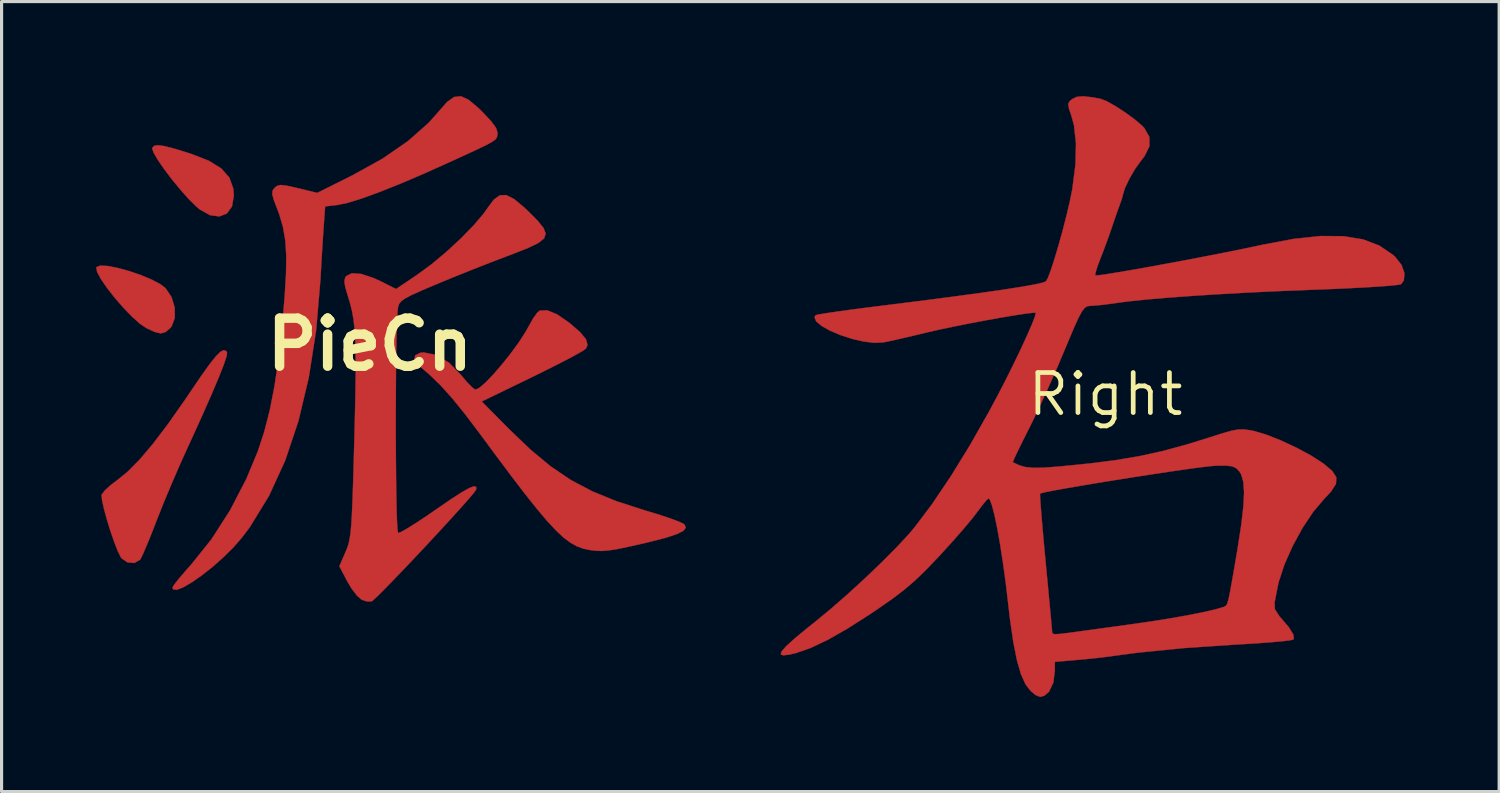
<source format=kicad_pcb>
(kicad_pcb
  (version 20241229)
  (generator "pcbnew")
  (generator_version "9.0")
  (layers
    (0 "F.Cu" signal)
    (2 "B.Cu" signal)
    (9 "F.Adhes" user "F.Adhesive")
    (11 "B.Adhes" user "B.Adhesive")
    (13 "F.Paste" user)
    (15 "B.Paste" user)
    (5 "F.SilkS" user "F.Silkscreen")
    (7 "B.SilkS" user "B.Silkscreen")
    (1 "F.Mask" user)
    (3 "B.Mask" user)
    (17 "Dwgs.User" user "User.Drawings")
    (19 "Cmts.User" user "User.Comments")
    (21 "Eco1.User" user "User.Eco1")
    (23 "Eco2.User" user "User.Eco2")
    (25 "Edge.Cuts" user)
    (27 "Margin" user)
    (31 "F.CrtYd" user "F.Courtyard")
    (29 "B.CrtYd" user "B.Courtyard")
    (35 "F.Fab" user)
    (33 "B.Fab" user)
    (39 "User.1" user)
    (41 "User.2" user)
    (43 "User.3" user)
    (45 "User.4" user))
  (footprint "PieCn"
    (layer "F.Cu")
    (at 8.689 7.881)
    (property "Reference" "PieCn" (at 0 0 0) (layer "F.SilkS") (effects (font (size 1.524 1.524) (thickness 0.3))))
    (attr through_hole)
    (fp_poly (pts (xy -6.532 -6.297) (xy -6.225 -6.219) (xy -5.787 -6.084) (xy -5.656 -6.042) (xy -5.106 -5.827) (xy -4.712 -5.581) (xy -4.459 -5.292) (xy -4.336 -4.948) (xy -4.318 -4.722) (xy -4.377 -4.38) (xy -4.538 -4.157) (xy -4.778 -4.063) (xy -5.072 -4.102) (xy -5.397 -4.282) (xy -5.505 -4.372) (xy -5.747 -4.611) (xy -6.011 -4.908) (xy -6.278 -5.232) (xy -6.523 -5.555) (xy -6.725 -5.847) (xy -6.861 -6.078) (xy -6.911 -6.219) (xy -6.908 -6.234) (xy -6.851 -6.301) (xy -6.734 -6.323) (xy -6.532 -6.297)) (stroke (width 0.01) (type solid)) (fill yes) (layer "F.Cu"))
    (fp_poly (pts (xy -8.319 -2.49) (xy -8 -2.428) (xy -7.637 -2.328) (xy -7.265 -2.2) (xy -6.922 -2.057) (xy -6.644 -1.909) (xy -6.483 -1.784) (xy -6.293 -1.5) (xy -6.195 -1.168) (xy -6.192 -0.842) (xy -6.292 -0.575) (xy -6.34 -0.518) (xy -6.492 -0.391) (xy -6.638 -0.351) (xy -6.831 -0.398) (xy -7.091 -0.517) (xy -7.3 -0.658) (xy -7.552 -0.884) (xy -7.825 -1.167) (xy -8.095 -1.478) (xy -8.34 -1.79) (xy -8.535 -2.073) (xy -8.657 -2.3) (xy -8.684 -2.443) (xy -8.679 -2.454) (xy -8.558 -2.502) (xy -8.319 -2.49)) (stroke (width 0.01) (type solid)) (fill yes) (layer "F.Cu"))
    (fp_poly (pts (xy -4.564 0.209) (xy -4.534 0.248) (xy -4.546 0.363) (xy -4.632 0.625) (xy -4.79 1.027) (xy -5.017 1.565) (xy -5.312 2.232) (xy -5.671 3.024) (xy -5.8 3.302) (xy -6.042 3.84) (xy -6.301 4.438) (xy -6.548 5.029) (xy -6.754 5.547) (xy -6.784 5.624) (xy -6.943 6.033) (xy -7.089 6.389) (xy -7.206 6.66) (xy -7.282 6.814) (xy -7.294 6.831) (xy -7.474 6.933) (xy -7.693 6.916) (xy -7.879 6.788) (xy -7.905 6.752) (xy -8.003 6.554) (xy -8.118 6.258) (xy -8.239 5.907) (xy -8.351 5.542) (xy -8.443 5.204) (xy -8.502 4.935) (xy -8.515 4.776) (xy -8.512 4.764) (xy -8.417 4.637) (xy -8.226 4.462) (xy -8.035 4.318) (xy -7.687 4.036) (xy -7.306 3.651) (xy -6.883 3.15) (xy -6.407 2.523) (xy -5.87 1.758) (xy -5.697 1.503) (xy -5.356 1.001) (xy -5.092 0.631) (xy -4.892 0.38) (xy -4.746 0.234) (xy -4.64 0.181) (xy -4.564 0.209)) (stroke (width 0.01) (type solid)) (fill yes) (layer "F.Cu"))
    (fp_poly (pts (xy 5.931 -0.96) (xy 6.319 -0.694) (xy 6.339 -0.678) (xy 6.669 -0.392) (xy 6.855 -0.166) (xy 6.906 0.013) (xy 6.853 0.133) (xy 6.749 0.205) (xy 6.517 0.337) (xy 6.18 0.516) (xy 5.763 0.729) (xy 5.29 0.964) (xy 5.15 1.032) (xy 3.548 1.809) (xy 4.42 2.69) (xy 5.098 3.34) (xy 5.735 3.868) (xy 6.373 4.3) (xy 7.053 4.66) (xy 7.815 4.971) (xy 8.701 5.258) (xy 8.805 5.289) (xy 9.213 5.413) (xy 9.566 5.532) (xy 9.831 5.633) (xy 9.972 5.704) (xy 9.979 5.71) (xy 10.025 5.811) (xy 9.949 5.912) (xy 9.739 6.018) (xy 9.385 6.134) (xy 8.876 6.265) (xy 8.763 6.292) (xy 8.253 6.408) (xy 7.874 6.488) (xy 7.59 6.534) (xy 7.369 6.553) (xy 7.176 6.547) (xy 6.981 6.523) (xy 6.774 6.48) (xy 6.574 6.408) (xy 6.371 6.296) (xy 6.153 6.134) (xy 5.911 5.909) (xy 5.632 5.611) (xy 5.308 5.228) (xy 4.926 4.749) (xy 4.477 4.162) (xy 3.95 3.457) (xy 3.487 2.83) (xy 3.02 2.212) (xy 2.614 1.711) (xy 2.245 1.3) (xy 1.886 0.952) (xy 1.541 0.659) (xy 1.41 0.49) (xy 1.435 0.347) (xy 1.6 0.263) (xy 1.711 0.254) (xy 2.119 0.336) (xy 2.518 0.584) (xy 2.897 0.978) (xy 3.091 1.206) (xy 3.253 1.37) (xy 3.347 1.435) (xy 3.348 1.435) (xy 3.476 1.374) (xy 3.677 1.199) (xy 3.925 0.94) (xy 4.199 0.623) (xy 4.475 0.276) (xy 4.729 -0.073) (xy 4.938 -0.397) (xy 5.038 -0.577) (xy 5.179 -0.827) (xy 5.31 -1.009) (xy 5.384 -1.073) (xy 5.622 -1.085) (xy 5.931 -0.96)) (stroke (width 0.01) (type solid)) (fill yes) (layer "F.Cu"))
    (fp_poly (pts (xy 3.135 -7.762) (xy 3.435 -7.511) (xy 3.576 -7.373) (xy 3.849 -7.082) (xy 4.003 -6.87) (xy 4.052 -6.714) (xy 4.05 -6.683) (xy 4.039 -6.61) (xy 4.019 -6.551) (xy 3.968 -6.493) (xy 3.866 -6.423) (xy 3.693 -6.33) (xy 3.428 -6.203) (xy 3.051 -6.027) (xy 2.54 -5.793) (xy 2.54 -5.793) (xy 1.718 -5.423) (xy 0.966 -5.102) (xy 0.3 -4.836) (xy -0.264 -4.631) (xy -0.71 -4.493) (xy -1.012 -4.43) (xy -1.421 -4.381) (xy -1.471 -3.693) (xy -1.497 -3.3) (xy -1.527 -2.815) (xy -1.556 -2.316) (xy -1.569 -2.074) (xy -1.706 -0.455) (xy -1.94 1.047) (xy -2.268 2.427) (xy -2.688 3.68) (xy -3.201 4.8) (xy -3.803 5.783) (xy -4.063 6.129) (xy -4.337 6.443) (xy -4.654 6.757) (xy -4.992 7.056) (xy -5.33 7.323) (xy -5.645 7.544) (xy -5.917 7.703) (xy -6.124 7.784) (xy -6.244 7.772) (xy -6.265 7.713) (xy -6.212 7.623) (xy -6.067 7.438) (xy -5.854 7.189) (xy -5.674 6.986) (xy -5.034 6.189) (xy -4.441 5.267) (xy -3.921 4.265) (xy -3.56 3.398) (xy -3.355 2.774) (xy -3.179 2.089) (xy -3.028 1.321) (xy -2.9 0.448) (xy -2.789 -0.552) (xy -2.706 -1.522) (xy -2.663 -2.235) (xy -2.655 -2.817) (xy -2.686 -3.302) (xy -2.759 -3.728) (xy -2.876 -4.128) (xy -2.942 -4.303) (xy -3.053 -4.593) (xy -3.1 -4.771) (xy -3.09 -4.881) (xy -3.028 -4.967) (xy -3.023 -4.972) (xy -2.939 -5.038) (xy -2.83 -5.061) (xy -2.653 -5.041) (xy -2.366 -4.978) (xy -2.281 -4.958) (xy -1.672 -4.81) (xy -0.561 -5.365) (xy 0.397 -5.895) (xy 1.21 -6.455) (xy 1.868 -7.038) (xy 2.193 -7.405) (xy 2.45 -7.697) (xy 2.673 -7.854) (xy 2.891 -7.876) (xy 3.135 -7.762)) (stroke (width 0.01) (type solid)) (fill yes) (layer "F.Cu"))
    (fp_poly (pts (xy 4.572 -4.617) (xy 4.883 -4.359) (xy 5.042 -4.209) (xy 5.326 -3.922) (xy 5.508 -3.698) (xy 5.578 -3.519) (xy 5.527 -3.366) (xy 5.346 -3.221) (xy 5.026 -3.066) (xy 4.558 -2.881) (xy 4.354 -2.804) (xy 3.837 -2.607) (xy 3.239 -2.372) (xy 2.634 -2.129) (xy 2.097 -1.907) (xy 1.647 -1.716) (xy 1.329 -1.573) (xy 1.12 -1.464) (xy 0.993 -1.373) (xy 0.926 -1.285) (xy 0.894 -1.185) (xy 0.888 -1.153) (xy 0.871 -0.976) (xy 0.856 -0.663) (xy 0.844 -0.236) (xy 0.834 0.283) (xy 0.827 0.873) (xy 0.823 1.513) (xy 0.821 2.181) (xy 0.821 2.857) (xy 0.824 3.517) (xy 0.829 4.142) (xy 0.836 4.709) (xy 0.846 5.198) (xy 0.858 5.587) (xy 0.873 5.854) (xy 0.89 5.978) (xy 0.894 5.984) (xy 0.991 5.948) (xy 1.199 5.83) (xy 1.494 5.644) (xy 1.849 5.408) (xy 2.077 5.251) (xy 2.553 4.923) (xy 2.908 4.693) (xy 3.155 4.554) (xy 3.305 4.499) (xy 3.372 4.522) (xy 3.372 4.604) (xy 3.308 4.696) (xy 3.145 4.889) (xy 2.901 5.165) (xy 2.594 5.504) (xy 2.243 5.887) (xy 1.867 6.293) (xy 1.482 6.703) (xy 1.109 7.097) (xy 0.764 7.457) (xy 0.467 7.761) (xy 0.236 7.992) (xy 0.088 8.128) (xy 0.049 8.156) (xy -0.104 8.153) (xy -0.263 8.099) (xy -0.409 7.973) (xy -0.582 7.746) (xy -0.718 7.519) (xy -0.97 7.038) (xy -0.775 6.588) (xy -0.723 6.462) (xy -0.68 6.332) (xy -0.646 6.18) (xy -0.617 5.988) (xy -0.593 5.735) (xy -0.573 5.404) (xy -0.554 4.974) (xy -0.535 4.427) (xy -0.515 3.745) (xy -0.498 3.133) (xy -0.475 2.212) (xy -0.459 1.442) (xy -0.452 0.804) (xy -0.454 0.278) (xy -0.466 -0.152) (xy -0.488 -0.507) (xy -0.523 -0.805) (xy -0.569 -1.065) (xy -0.629 -1.305) (xy -0.69 -1.506) (xy -0.78 -1.809) (xy -0.811 -1.999) (xy -0.787 -2.119) (xy -0.753 -2.17) (xy -0.571 -2.26) (xy -0.276 -2.239) (xy 0.117 -2.108) (xy 0.385 -1.984) (xy 0.828 -1.76) (xy 1.493 -2.207) (xy 1.948 -2.54) (xy 2.424 -2.937) (xy 2.885 -3.363) (xy 3.294 -3.783) (xy 3.616 -4.164) (xy 3.736 -4.334) (xy 3.932 -4.597) (xy 4.121 -4.733) (xy 4.326 -4.74) (xy 4.572 -4.617)) (stroke (width 0.01) (type solid)) (fill yes) (layer "F.Cu")))
  (footprint "Right"
    (layer "F.Cu")
    (at 32.033 9.462)
    (property "Reference" "Right" (at 0 0 0) (layer "F.SilkS") (effects (font (size 1.27 1.27) (thickness 0.15))))
    (attr through_hole)
    (fp_poly (pts (xy -0.413 -9.424) (xy -0.157 -9.376) (xy 0.039 -9.299) (xy 0.316 -9.143) (xy 0.625 -8.942) (xy 0.92 -8.727) (xy 1.153 -8.53) (xy 1.229 -8.45) (xy 1.39 -8.166) (xy 1.393 -7.873) (xy 1.236 -7.555) (xy 1.139 -7.431) (xy 0.941 -7.158) (xy 0.754 -6.839) (xy 0.614 -6.539) (xy 0.563 -6.374) (xy 0.509 -6.178) (xy 0.449 -6.011) (xy 0.376 -5.812) (xy 0.277 -5.527) (xy 0.213 -5.334) (xy 0.094 -4.99) (xy -0.052 -4.595) (xy -0.152 -4.338) (xy -0.254 -4.067) (xy -0.318 -3.863) (xy -0.329 -3.772) (xy -0.328 -3.772) (xy -0.237 -3.775) (xy -0.002 -3.807) (xy 0.353 -3.864) (xy 0.806 -3.941) (xy 1.333 -4.034) (xy 1.911 -4.14) (xy 2.518 -4.253) (xy 3.131 -4.37) (xy 3.727 -4.486) (xy 4.282 -4.598) (xy 4.774 -4.701) (xy 4.995 -4.748) (xy 5.974 -4.932) (xy 6.821 -5.022) (xy 7.549 -5.017) (xy 8.169 -4.916) (xy 8.69 -4.718) (xy 9.125 -4.421) (xy 9.187 -4.365) (xy 9.389 -4.11) (xy 9.485 -3.845) (xy 9.466 -3.615) (xy 9.377 -3.494) (xy 9.269 -3.471) (xy 9.013 -3.445) (xy 8.63 -3.416) (xy 8.14 -3.387) (xy 7.564 -3.357) (xy 6.924 -3.33) (xy 6.519 -3.315) (xy 5.533 -3.276) (xy 4.559 -3.23) (xy 3.621 -3.178) (xy 2.742 -3.122) (xy 1.946 -3.064) (xy 1.257 -3.004) (xy 0.699 -2.945) (xy 0.425 -2.909) (xy 0.052 -2.857) (xy -0.223 -2.825) (xy -0.465 -2.807) (xy -0.51 -2.805) (xy -0.592 -2.789) (xy -0.669 -2.735) (xy -0.753 -2.624) (xy -0.856 -2.432) (xy -0.99 -2.14) (xy -1.166 -1.725) (xy -1.312 -1.376) (xy -1.549 -0.817) (xy -1.814 -0.218) (xy -2.082 0.366) (xy -2.326 0.878) (xy -2.432 1.092) (xy -2.623 1.471) (xy -2.781 1.792) (xy -2.892 2.025) (xy -2.942 2.145) (xy -2.944 2.154) (xy -2.746 2.25) (xy -2.543 2.309) (xy -2.296 2.333) (xy -1.966 2.328) (xy -1.514 2.295) (xy -1.407 2.285) (xy -0.457 2.19) (xy 0.368 2.083) (xy 1.114 1.955) (xy 1.827 1.797) (xy 2.552 1.6) (xy 3.279 1.375) (xy 3.691 1.243) (xy 3.984 1.159) (xy 4.201 1.118) (xy 4.383 1.113) (xy 4.572 1.138) (xy 4.707 1.165) (xy 5.095 1.279) (xy 5.564 1.464) (xy 6.06 1.696) (xy 6.525 1.946) (xy 6.905 2.191) (xy 6.922 2.203) (xy 7.194 2.434) (xy 7.324 2.637) (xy 7.311 2.844) (xy 7.156 3.086) (xy 6.931 3.326) (xy 6.591 3.727) (xy 6.249 4.242) (xy 5.935 4.818) (xy 5.674 5.405) (xy 5.496 5.948) (xy 5.462 6.101) (xy 5.409 6.374) (xy 5.362 6.612) (xy 5.374 6.823) (xy 5.516 7.042) (xy 5.548 7.078) (xy 5.814 7.389) (xy 5.958 7.621) (xy 5.975 7.763) (xy 5.96 7.782) (xy 5.857 7.806) (xy 5.61 7.836) (xy 5.245 7.869) (xy 4.788 7.903) (xy 4.266 7.935) (xy 4.062 7.947) (xy 2.49 8.053) (xy 1.017 8.2) (xy -0.085 8.346) (xy -0.271 8.368) (xy -0.566 8.398) (xy -0.91 8.43) (xy -0.953 8.434) (xy -1.609 8.491) (xy -1.609 8.77) (xy -1.658 9.151) (xy -1.794 9.437) (xy -1.94 9.564) (xy -2.076 9.603) (xy -2.219 9.545) (xy -2.371 9.421) (xy -2.537 9.21) (xy -2.683 8.888) (xy -2.812 8.442) (xy -2.928 7.86) (xy -3.034 7.128) (xy -3.09 6.646) (xy -3.168 5.984) (xy -3.255 5.35) (xy -3.346 4.765) (xy -3.438 4.25) (xy -3.526 3.827) (xy -3.607 3.516) (xy -3.676 3.338) (xy -3.713 3.304) (xy -3.787 3.369) (xy -3.925 3.537) (xy -4.083 3.749) (xy -4.254 3.97) (xy -4.513 4.278) (xy -4.828 4.639) (xy -5.171 5.017) (xy -5.31 5.167) (xy -5.701 5.576) (xy -6.046 5.909) (xy -6.389 6.203) (xy -6.773 6.495) (xy -7.243 6.822) (xy -7.461 6.969) (xy -8.191 7.436) (xy -8.818 7.793) (xy -9.358 8.049) (xy -9.83 8.213) (xy -10.053 8.264) (xy -10.231 8.283) (xy -10.308 8.25) (xy -10.278 8.155) (xy -10.133 7.992) (xy -9.868 7.751) (xy -9.475 7.426) (xy -9.186 7.195) (xy -8.695 6.79) (xy -8.165 6.326) (xy -7.626 5.831) (xy -7.109 5.336) (xy -6.643 4.868) (xy -6.26 4.457) (xy -6.069 4.233) (xy -5.508 3.489) (xy -5.28 3.151) (xy -2.078 3.151) (xy -2.078 3.239) (xy -2.063 3.473) (xy -2.036 3.831) (xy -1.997 4.289) (xy -1.949 4.824) (xy -1.901 5.336) (xy -1.845 5.923) (xy -1.795 6.455) (xy -1.752 6.907) (xy -1.72 7.257) (xy -1.7 7.481) (xy -1.694 7.556) (xy -1.678 7.596) (xy -1.611 7.612) (xy -1.461 7.605) (xy -1.197 7.574) (xy -0.931 7.539) (xy -0.648 7.499) (xy -0.243 7.444) (xy 0.236 7.378) (xy 0.743 7.308) (xy 0.931 7.282) (xy 1.545 7.192) (xy 2.134 7.097) (xy 2.671 7) (xy 3.134 6.907) (xy 3.496 6.823) (xy 3.735 6.753) (xy 3.82 6.71) (xy 3.848 6.67) (xy 3.876 6.597) (xy 3.909 6.47) (xy 3.951 6.267) (xy 4.006 5.965) (xy 4.079 5.544) (xy 4.175 4.981) (xy 4.194 4.868) (xy 4.306 4.141) (xy 4.373 3.561) (xy 4.395 3.112) (xy 4.372 2.778) (xy 4.304 2.544) (xy 4.243 2.446) (xy 4.14 2.342) (xy 4.014 2.285) (xy 3.816 2.263) (xy 3.5 2.266) (xy 3.482 2.267) (xy 3.293 2.283) (xy 2.975 2.322) (xy 2.553 2.379) (xy 2.051 2.452) (xy 1.493 2.536) (xy 0.904 2.627) (xy 0.307 2.722) (xy -0.272 2.816) (xy -0.811 2.906) (xy -1.284 2.988) (xy -1.668 3.057) (xy -1.938 3.112) (xy -2.07 3.146) (xy -2.078 3.151) (xy -5.28 3.151) (xy -4.915 2.609) (xy -4.306 1.62) (xy -3.698 0.549) (xy -3.382 -0.042) (xy -3.132 -0.529) (xy -2.892 -1.015) (xy -2.671 -1.476) (xy -2.483 -1.886) (xy -2.336 -2.223) (xy -2.243 -2.462) (xy -2.215 -2.579) (xy -2.218 -2.585) (xy -2.314 -2.586) (xy -2.547 -2.558) (xy -2.889 -2.506) (xy -3.311 -2.435) (xy -3.785 -2.35) (xy -4.283 -2.256) (xy -4.775 -2.158) (xy -5.233 -2.062) (xy -5.629 -1.973) (xy -5.715 -1.952) (xy -6.14 -1.85) (xy -6.536 -1.758) (xy -6.855 -1.687) (xy -7.046 -1.647) (xy -7.337 -1.633) (xy -7.681 -1.675) (xy -8.049 -1.761) (xy -8.412 -1.879) (xy -8.741 -2.018) (xy -9.008 -2.167) (xy -9.183 -2.313) (xy -9.237 -2.445) (xy -9.203 -2.509) (xy -9.109 -2.533) (xy -8.871 -2.572) (xy -8.513 -2.625) (xy -8.058 -2.688) (xy -7.532 -2.756) (xy -7.182 -2.8) (xy -5.945 -2.955) (xy -4.875 -3.094) (xy -3.971 -3.216) (xy -3.231 -3.322) (xy -2.654 -3.413) (xy -2.238 -3.487) (xy -1.983 -3.546) (xy -1.89 -3.585) (xy -1.822 -3.711) (xy -1.726 -3.97) (xy -1.61 -4.329) (xy -1.484 -4.756) (xy -1.356 -5.219) (xy -1.237 -5.684) (xy -1.134 -6.121) (xy -1.058 -6.497) (xy -1.056 -6.509) (xy -0.957 -7.27) (xy -0.939 -7.953) (xy -1.001 -8.53) (xy -1.079 -8.821) (xy -1.162 -9.069) (xy -1.185 -9.209) (xy -1.145 -9.296) (xy -1.058 -9.368) (xy -0.914 -9.439) (xy -0.712 -9.457) (xy -0.413 -9.424)) (stroke (width 0.01) (type solid)) (fill yes) (layer "F.Cu")))
  (gr_rect
    (start -3 -3)
    (end 44.523 22.07)
    (stroke (width 0.1) (type default))
    (fill no)
    (layer "Edge.Cuts")))
</source>
